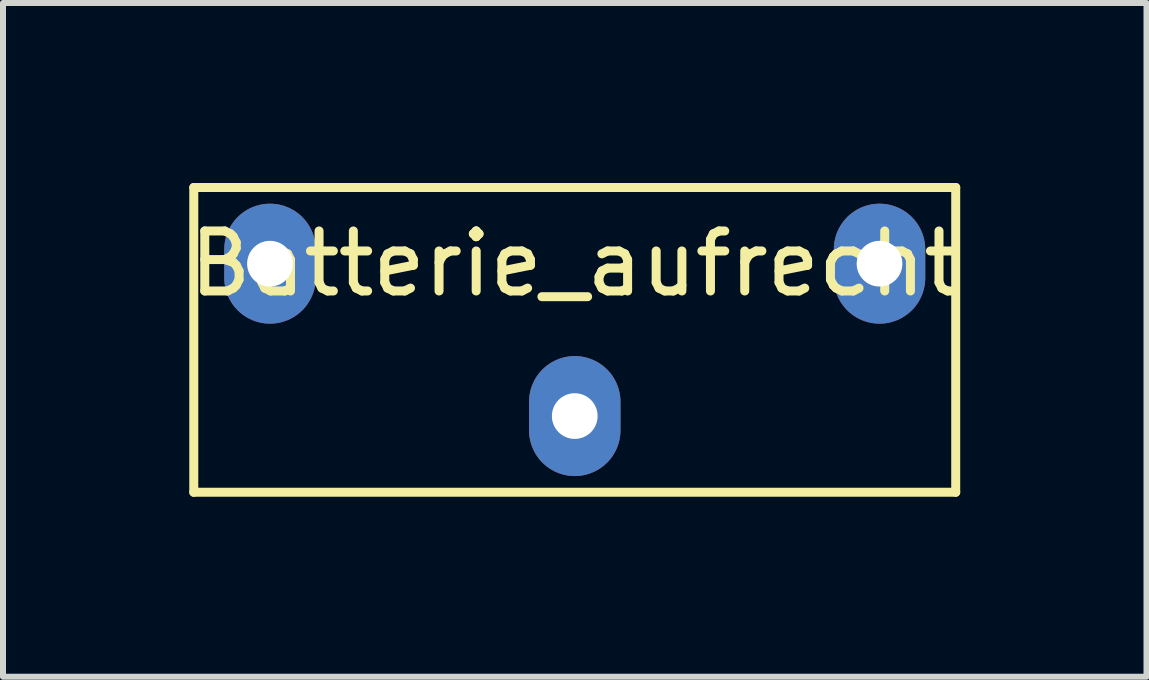
<source format=kicad_pcb>
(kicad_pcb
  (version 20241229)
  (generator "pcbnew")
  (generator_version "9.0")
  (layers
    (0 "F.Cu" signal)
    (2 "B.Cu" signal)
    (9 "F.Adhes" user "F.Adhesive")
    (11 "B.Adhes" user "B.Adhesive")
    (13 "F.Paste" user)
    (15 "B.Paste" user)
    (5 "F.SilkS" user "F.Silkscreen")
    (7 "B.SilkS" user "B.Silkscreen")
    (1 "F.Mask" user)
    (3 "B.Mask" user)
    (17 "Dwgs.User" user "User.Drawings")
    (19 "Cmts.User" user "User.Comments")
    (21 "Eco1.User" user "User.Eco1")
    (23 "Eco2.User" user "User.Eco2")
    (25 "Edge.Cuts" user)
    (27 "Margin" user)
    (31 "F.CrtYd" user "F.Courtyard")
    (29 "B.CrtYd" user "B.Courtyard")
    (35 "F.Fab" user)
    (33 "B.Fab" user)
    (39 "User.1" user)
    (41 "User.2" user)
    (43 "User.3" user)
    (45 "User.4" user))
  (footprint "Batterie_aufrecht"
    (layer "F.Cu")
    (at 6.53 3.885)
    (property "Reference" "Batterie_aufrecht" (at 0 -2.54 0) (layer "F.SilkS") (effects (font (size 1 1) (thickness 0.15))))
    (attr exclude_from_pos_files exclude_from_bom)
    (fp_line (start -6.35 -3.81) (end 6.35 -3.81) (stroke (width 0.15) (type solid)) (layer "F.SilkS"))
    (fp_line (start -6.35 1.27) (end -6.35 -3.81) (stroke (width 0.15) (type solid)) (layer "F.SilkS"))
    (fp_line (start 6.35 -3.81) (end 6.35 1.27) (stroke (width 0.15) (type solid)) (layer "F.SilkS"))
    (fp_line (start 6.35 1.27) (end -6.35 1.27) (stroke (width 0.15) (type solid)) (layer "F.SilkS"))
    (pad "1" thru_hole oval (at -5.08 -2.54) (size 1.524 2) (drill 0.762) (layers "*.Cu" "*.Mask"))
    (pad "1" thru_hole oval (at 5.08 -2.54) (size 1.524 2) (drill 0.762) (layers "*.Cu" "*.Mask"))
    (pad "2" thru_hole oval (at 0 0) (size 1.524 2) (drill 0.762) (layers "*.Cu" "*.Mask")))
  (gr_rect
    (start -3 -3)
    (end 16.06 8.23)
    (stroke (width 0.1) (type default))
    (fill no)
    (layer "Edge.Cuts")))
</source>
